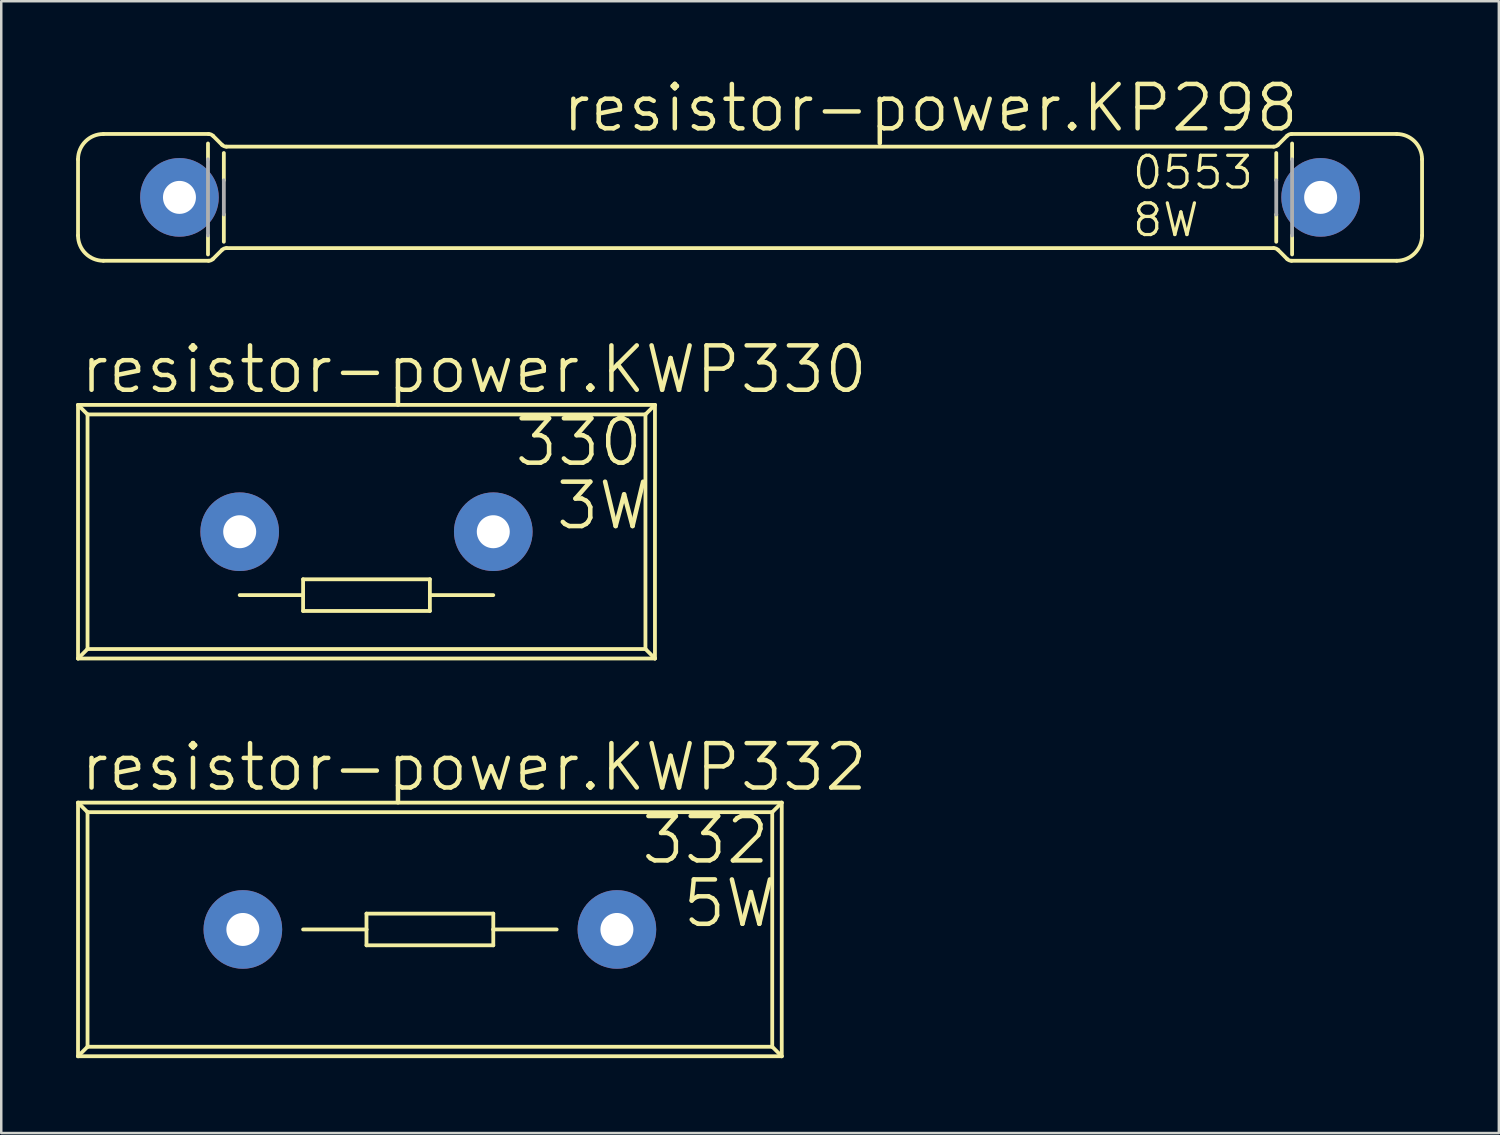
<source format=kicad_pcb>
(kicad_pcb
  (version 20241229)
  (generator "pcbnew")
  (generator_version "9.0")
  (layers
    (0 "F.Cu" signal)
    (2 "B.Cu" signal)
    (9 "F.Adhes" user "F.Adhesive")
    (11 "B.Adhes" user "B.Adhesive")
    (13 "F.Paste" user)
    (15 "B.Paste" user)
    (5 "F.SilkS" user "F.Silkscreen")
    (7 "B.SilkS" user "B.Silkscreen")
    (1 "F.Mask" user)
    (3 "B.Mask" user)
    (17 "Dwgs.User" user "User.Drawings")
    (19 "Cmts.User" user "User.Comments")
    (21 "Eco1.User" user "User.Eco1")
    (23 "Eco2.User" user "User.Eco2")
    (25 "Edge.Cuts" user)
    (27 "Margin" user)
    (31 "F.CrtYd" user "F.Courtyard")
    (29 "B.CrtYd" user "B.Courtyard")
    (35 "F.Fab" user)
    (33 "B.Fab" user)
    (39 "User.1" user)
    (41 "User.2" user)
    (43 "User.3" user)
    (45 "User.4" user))
  (footprint "resistor-power.KWP330"
    (layer "F.Cu")
    (at 11.633 18.253)
    (property "Reference" "resistor-power.KWP330" (at -11.557 -5.461 0) (layer "F.SilkS") (effects (font (size 1.778 1.778) (thickness 0.18)) (justify left bottom)))
    (attr through_hole)
    (fp_line (start -11.557 -5.08) (end -11.557 5.08) (stroke (width 0.152) (type default)) (layer "F.SilkS"))
    (fp_line (start -11.557 5.08) (end 11.557 5.08) (stroke (width 0.152) (type default)) (layer "F.SilkS"))
    (fp_line (start -11.176 -4.699) (end -11.557 -5.08) (stroke (width 0.152) (type default)) (layer "F.SilkS"))
    (fp_line (start -11.176 -4.699) (end -11.176 4.699) (stroke (width 0.152) (type default)) (layer "F.SilkS"))
    (fp_line (start -11.176 4.699) (end -11.557 5.08) (stroke (width 0.152) (type default)) (layer "F.SilkS"))
    (fp_line (start -11.176 4.699) (end 11.176 4.699) (stroke (width 0.152) (type default)) (layer "F.SilkS"))
    (fp_line (start -2.54 1.905) (end -2.54 2.54) (stroke (width 0.152) (type default)) (layer "F.SilkS"))
    (fp_line (start -2.54 2.54) (end -5.08 2.54) (stroke (width 0.152) (type default)) (layer "F.SilkS"))
    (fp_line (start -2.54 2.54) (end -2.54 3.175) (stroke (width 0.152) (type default)) (layer "F.SilkS"))
    (fp_line (start -2.54 3.175) (end 2.54 3.175) (stroke (width 0.152) (type default)) (layer "F.SilkS"))
    (fp_line (start 2.54 1.905) (end -2.54 1.905) (stroke (width 0.152) (type default)) (layer "F.SilkS"))
    (fp_line (start 2.54 2.54) (end 2.54 1.905) (stroke (width 0.152) (type default)) (layer "F.SilkS"))
    (fp_line (start 2.54 3.175) (end 2.54 2.54) (stroke (width 0.152) (type default)) (layer "F.SilkS"))
    (fp_line (start 5.08 2.54) (end 2.54 2.54) (stroke (width 0.152) (type default)) (layer "F.SilkS"))
    (fp_line (start 11.176 -4.699) (end -11.176 -4.699) (stroke (width 0.152) (type default)) (layer "F.SilkS"))
    (fp_line (start 11.176 -4.699) (end 11.557 -5.08) (stroke (width 0.152) (type default)) (layer "F.SilkS"))
    (fp_line (start 11.176 4.699) (end 11.176 -4.699) (stroke (width 0.152) (type default)) (layer "F.SilkS"))
    (fp_line (start 11.176 4.699) (end 11.557 5.08) (stroke (width 0.152) (type default)) (layer "F.SilkS"))
    (fp_line (start 11.557 -5.08) (end -11.557 -5.08) (stroke (width 0.152) (type default)) (layer "F.SilkS"))
    (fp_line (start 11.557 5.08) (end 11.557 -5.08) (stroke (width 0.152) (type default)) (layer "F.SilkS"))
    (fp_text user "3W" (at 7.493 0 0) (layer "F.SilkS") (effects (font (size 1.778 1.778) (thickness 0.18)) (justify left bottom)))
    (fp_text user "330" (at 5.842 -2.54 0) (layer "F.SilkS") (effects (font (size 1.778 1.778) (thickness 0.18)) (justify left bottom)))
    (pad "1" thru_hole circle (at -5.08 0) (size 3.15 3.15) (drill 1.321) (layers "*.Cu" "*.Mask"))
    (pad "2" thru_hole circle (at 5.08 0) (size 3.15 3.15) (drill 1.321) (layers "*.Cu" "*.Mask")))
  (footprint "resistor-power.KP298"
    (layer "F.Cu")
    (at 27 4.858)
    (property "Reference" "resistor-power.KP298" (at -7.62 -2.54 0) (layer "F.SilkS") (effects (font (size 1.778 1.778) (thickness 0.18)) (justify left bottom)))
    (attr through_hole)
    (fp_line (start -26.924 -1.524) (end -26.924 1.524) (stroke (width 0.152) (type default)) (layer "F.SilkS"))
    (fp_line (start -25.908 -2.54) (end -21.695 -2.54) (stroke (width 0.152) (type default)) (layer "F.SilkS"))
    (fp_line (start -25.908 2.54) (end -21.695 2.54) (stroke (width 0.152) (type default)) (layer "F.SilkS"))
    (fp_line (start -21.717 -1.524) (end -21.717 -2.159) (stroke (width 0.152) (type default)) (layer "F.SilkS"))
    (fp_line (start -21.717 2.286) (end -21.717 1.524) (stroke (width 0.152) (type default)) (layer "F.SilkS"))
    (fp_line (start -21.516 -2.466) (end -21.156 -2.106) (stroke (width 0.152) (type default)) (layer "F.SilkS"))
    (fp_line (start -21.516 2.466) (end -21.156 2.106) (stroke (width 0.152) (type default)) (layer "F.SilkS"))
    (fp_line (start -21.082 -0.684) (end -21.082 -1.778) (stroke (width 0.152) (type default)) (layer "F.SilkS"))
    (fp_line (start -21.082 1.778) (end -21.082 0.684) (stroke (width 0.152) (type default)) (layer "F.SilkS"))
    (fp_line (start -20.977 -2.032) (end 20.977 -2.032) (stroke (width 0.152) (type default)) (layer "F.SilkS"))
    (fp_line (start -20.977 2.032) (end 20.977 2.032) (stroke (width 0.152) (type default)) (layer "F.SilkS"))
    (fp_line (start 21.082 -0.684) (end 21.082 -1.778) (stroke (width 0.152) (type default)) (layer "F.SilkS"))
    (fp_line (start 21.082 1.778) (end 21.082 0.684) (stroke (width 0.152) (type default)) (layer "F.SilkS"))
    (fp_line (start 21.516 -2.466) (end 21.156 -2.106) (stroke (width 0.152) (type default)) (layer "F.SilkS"))
    (fp_line (start 21.516 2.466) (end 21.156 2.106) (stroke (width 0.152) (type default)) (layer "F.SilkS"))
    (fp_line (start 21.695 -2.54) (end 25.908 -2.54) (stroke (width 0.152) (type default)) (layer "F.SilkS"))
    (fp_line (start 21.695 2.54) (end 25.908 2.54) (stroke (width 0.152) (type default)) (layer "F.SilkS"))
    (fp_line (start 21.717 -1.524) (end 21.717 -2.159) (stroke (width 0.152) (type default)) (layer "F.SilkS"))
    (fp_line (start 21.717 2.286) (end 21.717 1.524) (stroke (width 0.152) (type default)) (layer "F.SilkS"))
    (fp_line (start 26.924 -1.524) (end 26.924 1.524) (stroke (width 0.152) (type default)) (layer "F.SilkS"))
    (fp_arc (start -26.924 -1.524) (mid -26.62642 -2.24242) (end -25.908 -2.54) (stroke (width 0.1524) (type default)) (layer "F.SilkS"))
    (fp_arc (start -25.908 2.54) (mid -26.62642 2.24242) (end -26.924 1.524) (stroke (width 0.1524) (type default)) (layer "F.SilkS"))
    (fp_arc (start -21.6952 -2.54) (mid -21.598001 -2.520662) (end -21.5156 -2.4656) (stroke (width 0.1524) (type default)) (layer "F.SilkS"))
    (fp_arc (start -21.5156 2.4656) (mid -21.598001 2.520662) (end -21.6952 2.54) (stroke (width 0.1524) (type default)) (layer "F.SilkS"))
    (fp_arc (start -21.1564 2.1064) (mid -21.074008 2.051292) (end -20.9768 2.0319) (stroke (width 0.1524) (type default)) (layer "F.SilkS"))
    (fp_arc (start -20.9768 -2.0319) (mid -21.074008 -2.051292) (end -21.1564 -2.1064) (stroke (width 0.1524) (type default)) (layer "F.SilkS"))
    (fp_arc (start 20.9768 2.032) (mid 21.073999 2.051338) (end 21.1564 2.1064) (stroke (width 0.1524) (type default)) (layer "F.SilkS"))
    (fp_arc (start 21.1564 -2.1064) (mid 21.073999 -2.051338) (end 20.9768 -2.032) (stroke (width 0.1524) (type default)) (layer "F.SilkS"))
    (fp_arc (start 21.5156 -2.4656) (mid 21.598001 -2.520662) (end 21.6952 -2.54) (stroke (width 0.1524) (type default)) (layer "F.SilkS"))
    (fp_arc (start 21.6952 2.54) (mid 21.598001 2.520662) (end 21.5156 2.4656) (stroke (width 0.1524) (type default)) (layer "F.SilkS"))
    (fp_arc (start 25.908 -2.54) (mid 26.62642 -2.24242) (end 26.924 -1.524) (stroke (width 0.1524) (type default)) (layer "F.SilkS"))
    (fp_arc (start 26.924 1.524) (mid 26.62642 2.24242) (end 25.908 2.54) (stroke (width 0.1524) (type default)) (layer "F.SilkS"))
    (fp_line (start -21.717 1.524) (end -21.717 -1.524) (stroke (width 0.152) (type default)) (layer "F.Fab"))
    (fp_line (start -21.082 0.684) (end -21.082 -0.684) (stroke (width 0.152) (type default)) (layer "F.Fab"))
    (fp_line (start 21.082 0.684) (end 21.082 -0.684) (stroke (width 0.152) (type default)) (layer "F.Fab"))
    (fp_line (start 21.717 1.524) (end 21.717 -1.524) (stroke (width 0.152) (type default)) (layer "F.Fab"))
    (fp_text user "8W" (at 15.24 1.651 0) (layer "F.SilkS") (effects (font (size 1.27 1.27) (thickness 0.13)) (justify left bottom)))
    (fp_text user "0553" (at 15.24 -0.254 0) (layer "F.SilkS") (effects (font (size 1.27 1.27) (thickness 0.13)) (justify left bottom)))
    (pad "1" thru_hole circle (at -22.86 0) (size 3.15 3.15) (drill 1.321) (layers "*.Cu" "*.Mask"))
    (pad "2" thru_hole circle (at 22.86 0) (size 3.15 3.15) (drill 1.321) (layers "*.Cu" "*.Mask")))
  (footprint "resistor-power.KWP332"
    (layer "F.Cu")
    (at 14.173 34.188)
    (property "Reference" "resistor-power.KWP332" (at -14.097 -5.461 0) (layer "F.SilkS") (effects (font (size 1.778 1.778) (thickness 0.18)) (justify left bottom)))
    (attr through_hole)
    (fp_line (start -14.097 -5.08) (end -14.097 5.08) (stroke (width 0.152) (type default)) (layer "F.SilkS"))
    (fp_line (start -14.097 5.08) (end 14.097 5.08) (stroke (width 0.152) (type default)) (layer "F.SilkS"))
    (fp_line (start -13.716 -4.699) (end -14.097 -5.08) (stroke (width 0.152) (type default)) (layer "F.SilkS"))
    (fp_line (start -13.716 -4.699) (end -13.716 4.699) (stroke (width 0.152) (type default)) (layer "F.SilkS"))
    (fp_line (start -13.716 4.699) (end -14.097 5.08) (stroke (width 0.152) (type default)) (layer "F.SilkS"))
    (fp_line (start -13.716 4.699) (end 13.716 4.699) (stroke (width 0.152) (type default)) (layer "F.SilkS"))
    (fp_line (start -2.54 -0.635) (end -2.54 0) (stroke (width 0.152) (type default)) (layer "F.SilkS"))
    (fp_line (start -2.54 0) (end -5.08 0) (stroke (width 0.152) (type default)) (layer "F.SilkS"))
    (fp_line (start -2.54 0) (end -2.54 0.635) (stroke (width 0.152) (type default)) (layer "F.SilkS"))
    (fp_line (start -2.54 0.635) (end 2.54 0.635) (stroke (width 0.152) (type default)) (layer "F.SilkS"))
    (fp_line (start 2.54 -0.635) (end -2.54 -0.635) (stroke (width 0.152) (type default)) (layer "F.SilkS"))
    (fp_line (start 2.54 0) (end 2.54 -0.635) (stroke (width 0.152) (type default)) (layer "F.SilkS"))
    (fp_line (start 2.54 0.635) (end 2.54 0) (stroke (width 0.152) (type default)) (layer "F.SilkS"))
    (fp_line (start 5.08 0) (end 2.54 0) (stroke (width 0.152) (type default)) (layer "F.SilkS"))
    (fp_line (start 13.716 -4.699) (end -13.716 -4.699) (stroke (width 0.152) (type default)) (layer "F.SilkS"))
    (fp_line (start 13.716 -4.699) (end 14.097 -5.08) (stroke (width 0.152) (type default)) (layer "F.SilkS"))
    (fp_line (start 13.716 4.699) (end 13.716 -4.699) (stroke (width 0.152) (type default)) (layer "F.SilkS"))
    (fp_line (start 13.716 4.699) (end 14.097 5.08) (stroke (width 0.152) (type default)) (layer "F.SilkS"))
    (fp_line (start 14.097 -5.08) (end -14.097 -5.08) (stroke (width 0.152) (type default)) (layer "F.SilkS"))
    (fp_line (start 14.097 5.08) (end 14.097 -5.08) (stroke (width 0.152) (type default)) (layer "F.SilkS"))
    (fp_text user "332" (at 8.382 -2.54 0) (layer "F.SilkS") (effects (font (size 1.778 1.778) (thickness 0.18)) (justify left bottom)))
    (fp_text user "5W" (at 10.033 0 0) (layer "F.SilkS") (effects (font (size 1.778 1.778) (thickness 0.18)) (justify left bottom)))
    (pad "1" thru_hole circle (at -7.493 0) (size 3.15 3.15) (drill 1.321) (layers "*.Cu" "*.Mask"))
    (pad "2" thru_hole circle (at 7.493 0) (size 3.15 3.15) (drill 1.321) (layers "*.Cu" "*.Mask")))
  (gr_rect
    (start -3 -3)
    (end 57 42.345)
    (stroke (width 0.1) (type default))
    (fill no)
    (layer "Edge.Cuts")))
</source>
